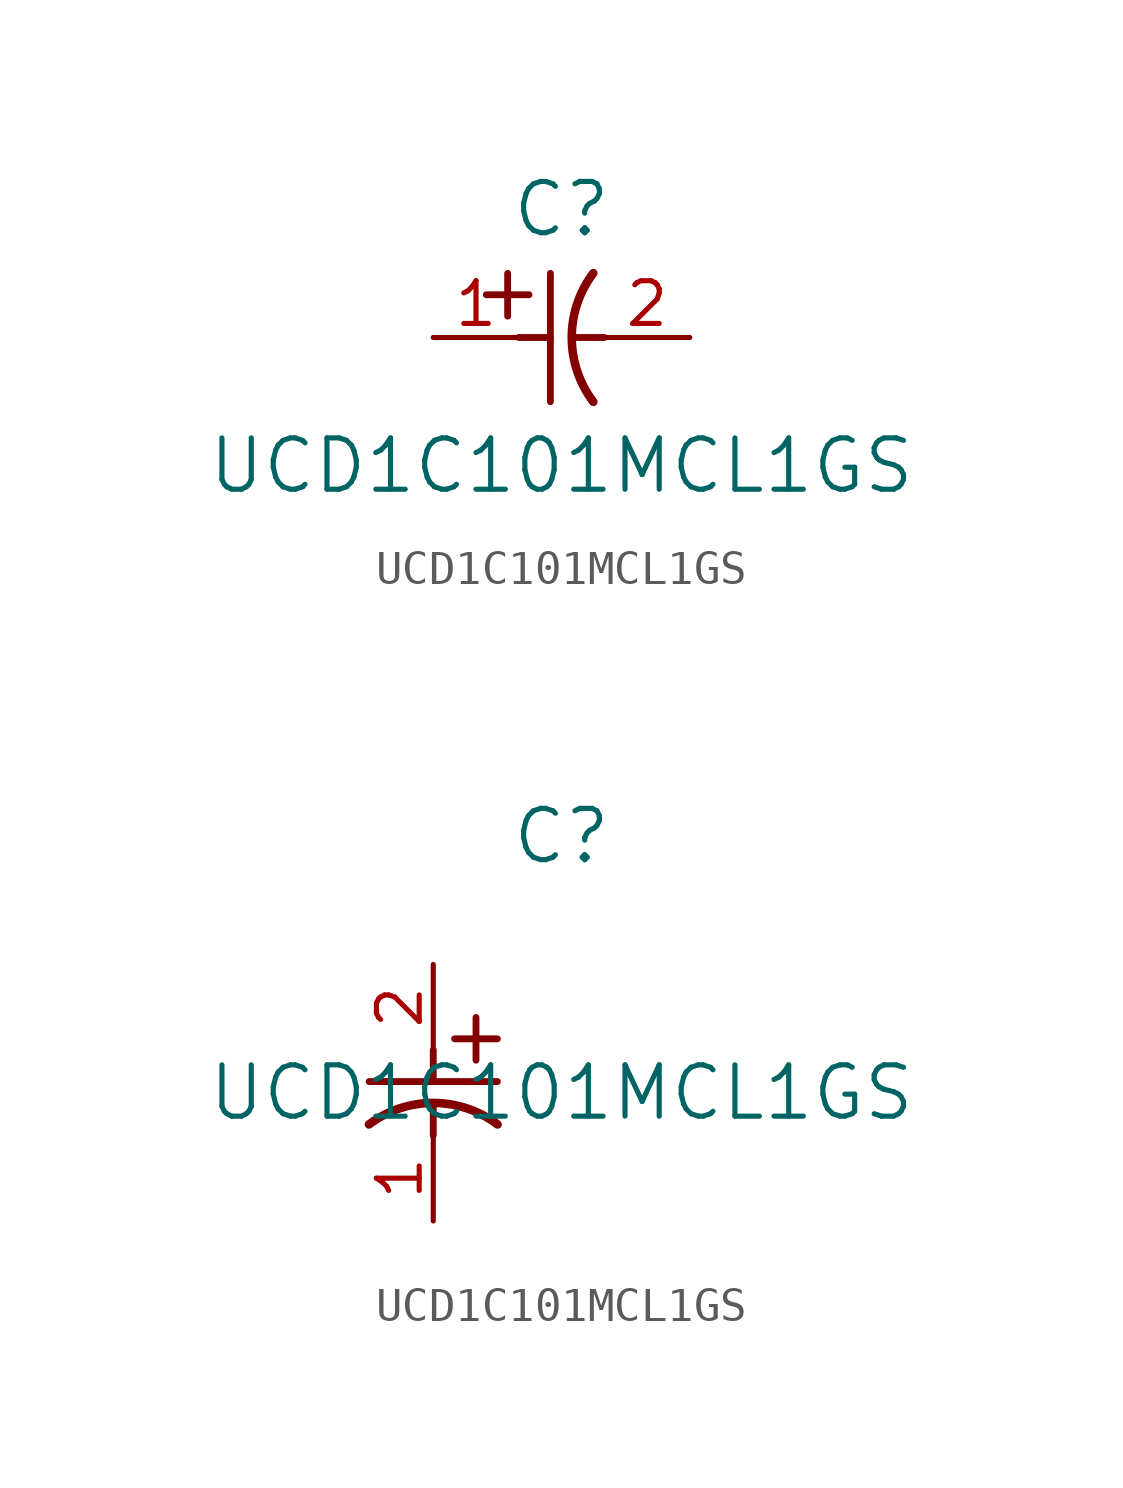
<source format=kicad_sym>
(kicad_symbol_lib
  (version 20211014)
  (generator kicad_symbol_editor)
  (symbol "UCD1C101MCL1GS"
    (pin_names
      (offset 0.254))
    (property "Reference" "C"
      (at 3.81 3.81 0)
      (effects (font (size 1.524 1.524))))
    (property "Value" "UCD1C101MCL1GS"
      (at 3.81 -3.81 0)
      (effects (font (size 1.524 1.524))))
    (symbol "UCD1C101MCL1GS_1_1"
      (polyline (pts (xy 2.21 0.635) (xy 2.21 1.905)) (stroke (width 0.203) (type default) (color 0 0 0 0)) (fill (type none)))
      (arc (start 4.754132 1.910763) (mid 4.1148 0) (end 4.754132 -1.910763) (stroke (width 0.254) (type default) (color 0 0 0 0)) (fill (type none)))
      (polyline (pts (xy 4.115 0) (xy 5.08 0)) (stroke (width 0.203) (type default) (color 0 0 0 0)) (fill (type none)))
      (polyline (pts (xy 3.48 -1.905) (xy 3.48 1.905)) (stroke (width 0.203) (type default) (color 0 0 0 0)) (fill (type none)))
      (polyline (pts (xy 1.575 1.27) (xy 2.845 1.27)) (stroke (width 0.203) (type default) (color 0 0 0 0)) (fill (type none)))
      (polyline (pts (xy 2.54 0) (xy 3.48 0)) (stroke (width 0.203) (type default) (color 0 0 0 0)) (fill (type none)))
      (pin unspecified line (at 0 0 0) (length 2.54) (name "" (effects (font (size 1.27 1.27)))) (number "1" (effects (font (size 1.27 1.27)))))
      (pin unspecified line (at 7.62 0 180) (length 2.54) (name "" (effects (font (size 1.27 1.27)))) (number "2" (effects (font (size 1.27 1.27))))))
    (symbol "UCD1C101MCL1GS_1_2"
      (polyline (pts (xy 0 -2.54) (xy 0 -3.48)) (stroke (width 0.203) (type default) (color 0 0 0 0)) (fill (type none)))
      (arc (start 1.910763 -4.754132) (mid 0 -4.1148) (end -1.910763 -4.754132) (stroke (width 0.254) (type default) (color 0 0 0 0)) (fill (type none)))
      (polyline (pts (xy -1.905 -3.48) (xy 1.905 -3.48)) (stroke (width 0.203) (type default) (color 0 0 0 0)) (fill (type none)))
      (polyline (pts (xy 0.635 -2.21) (xy 1.905 -2.21)) (stroke (width 0.203) (type default) (color 0 0 0 0)) (fill (type none)))
      (polyline (pts (xy 1.27 -1.575) (xy 1.27 -2.845)) (stroke (width 0.203) (type default) (color 0 0 0 0)) (fill (type none)))
      (polyline (pts (xy 0 -4.115) (xy 0 -5.08)) (stroke (width 0.203) (type default) (color 0 0 0 0)) (fill (type none)))
      (pin unspecified line (at 0 -7.62 90) (length 2.54) (name "" (effects (font (size 1.27 1.27)))) (number "1" (effects (font (size 1.27 1.27)))))
      (pin unspecified line (at 0 0 270) (length 2.54) (name "" (effects (font (size 1.27 1.27)))) (number "2" (effects (font (size 1.27 1.27))))))))
</source>
